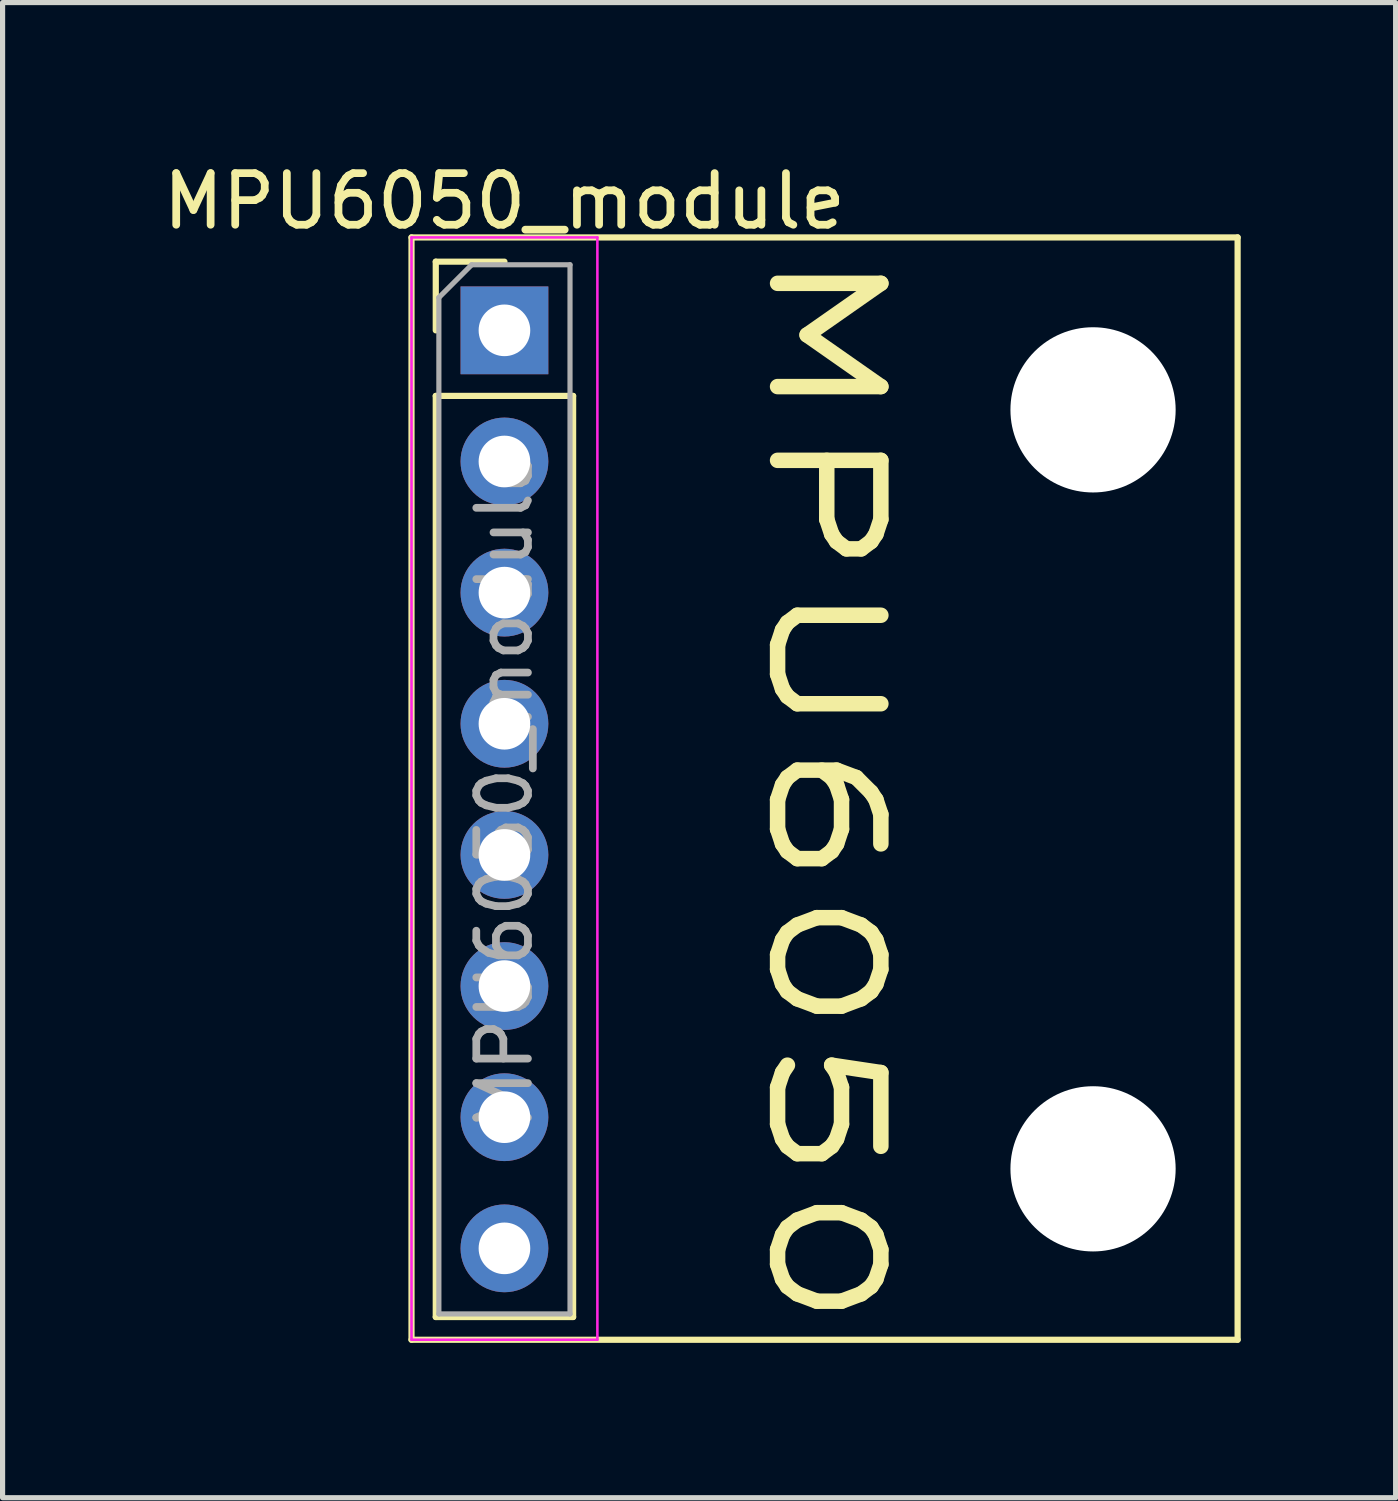
<source format=kicad_pcb>
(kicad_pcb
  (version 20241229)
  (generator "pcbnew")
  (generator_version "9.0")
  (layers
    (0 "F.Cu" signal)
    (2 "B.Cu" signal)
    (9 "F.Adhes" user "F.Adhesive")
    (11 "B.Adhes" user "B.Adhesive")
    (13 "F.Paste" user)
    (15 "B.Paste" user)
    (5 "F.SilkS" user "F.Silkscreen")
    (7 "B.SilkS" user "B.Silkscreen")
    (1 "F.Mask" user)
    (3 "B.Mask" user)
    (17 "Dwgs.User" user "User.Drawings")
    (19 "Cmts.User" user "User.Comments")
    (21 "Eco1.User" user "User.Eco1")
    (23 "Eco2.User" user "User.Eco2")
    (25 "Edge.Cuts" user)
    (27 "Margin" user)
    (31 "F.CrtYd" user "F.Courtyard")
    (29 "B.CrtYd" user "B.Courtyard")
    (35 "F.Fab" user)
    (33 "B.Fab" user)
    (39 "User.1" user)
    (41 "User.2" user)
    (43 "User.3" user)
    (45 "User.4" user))
  (footprint "MPU6050_module"
    (layer "F.Cu")
    (at 6.72 3.348)
    (property "Reference" "MPU6050_module" (at 0 -2.5 0) (layer "F.SilkS") (effects (font (size 1 1) (thickness 0.15))))
    (attr through_hole)
    (fp_line (start -1.8 -1.8) (end 14.2 -1.8) (stroke (width 0.12) (type solid)) (layer "F.SilkS"))
    (fp_line (start -1.8 19.55) (end -1.8 -1.8) (stroke (width 0.12) (type solid)) (layer "F.SilkS"))
    (fp_line (start -1.33 -1.33) (end 0 -1.33) (stroke (width 0.12) (type solid)) (layer "F.SilkS"))
    (fp_line (start -1.33 0) (end -1.33 -1.33) (stroke (width 0.12) (type solid)) (layer "F.SilkS"))
    (fp_line (start -1.33 1.27) (end -1.33 19.11) (stroke (width 0.12) (type solid)) (layer "F.SilkS"))
    (fp_line (start -1.33 1.27) (end 1.33 1.27) (stroke (width 0.12) (type solid)) (layer "F.SilkS"))
    (fp_line (start -1.33 19.11) (end 1.33 19.11) (stroke (width 0.12) (type solid)) (layer "F.SilkS"))
    (fp_line (start 1.33 1.27) (end 1.33 19.11) (stroke (width 0.12) (type solid)) (layer "F.SilkS"))
    (fp_line (start 14.2 -1.8) (end 14.2 19.55) (stroke (width 0.12) (type solid)) (layer "F.SilkS"))
    (fp_line (start 14.2 19.55) (end -1.8 19.55) (stroke (width 0.12) (type solid)) (layer "F.SilkS"))
    (fp_line (start -1.8 -1.8) (end -1.8 19.55) (stroke (width 0.05) (type solid)) (layer "F.CrtYd"))
    (fp_line (start -1.8 19.55) (end 1.8 19.55) (stroke (width 0.05) (type solid)) (layer "F.CrtYd"))
    (fp_line (start 1.8 -1.8) (end -1.8 -1.8) (stroke (width 0.05) (type solid)) (layer "F.CrtYd"))
    (fp_line (start 1.8 19.55) (end 1.8 -1.8) (stroke (width 0.05) (type solid)) (layer "F.CrtYd"))
    (fp_line (start -1.27 -0.635) (end -0.635 -1.27) (stroke (width 0.1) (type solid)) (layer "F.Fab"))
    (fp_line (start -1.27 19.05) (end -1.27 -0.635) (stroke (width 0.1) (type solid)) (layer "F.Fab"))
    (fp_line (start -0.635 -1.27) (end 1.27 -1.27) (stroke (width 0.1) (type solid)) (layer "F.Fab"))
    (fp_line (start 1.27 -1.27) (end 1.27 19.05) (stroke (width 0.1) (type solid)) (layer "F.Fab"))
    (fp_line (start 1.27 19.05) (end -1.27 19.05) (stroke (width 0.1) (type solid)) (layer "F.Fab"))
    (fp_text user "MPU6050" (at 6.2 8.875 270) (unlocked yes) (layer "F.SilkS") (effects (font (size 2 3) (thickness 0.3))))
    (fp_text user "${REFERENCE}" (at 0 8.89 90) (layer "F.Fab") (effects (font (size 1 1) (thickness 0.15))))
    (pad "" np_thru_hole circle (at 11.4 1.54) (size 3.2 3.2) (drill 3.2) (layers "*.Cu" "*.Mask"))
    (pad "" np_thru_hole circle (at 11.4 16.24) (size 3.2 3.2) (drill 3.2) (layers "*.Cu" "*.Mask"))
    (pad "1" thru_hole rect (at 0 0) (size 1.7 1.7) (drill 1) (layers "*.Cu" "*.Mask"))
    (pad "2" thru_hole oval (at 0 2.54) (size 1.7 1.7) (drill 1) (layers "*.Cu" "*.Mask"))
    (pad "3" thru_hole oval (at 0 5.08) (size 1.7 1.7) (drill 1) (layers "*.Cu" "*.Mask"))
    (pad "4" thru_hole oval (at 0 7.62) (size 1.7 1.7) (drill 1) (layers "*.Cu" "*.Mask"))
    (pad "5" thru_hole oval (at 0 10.16) (size 1.7 1.7) (drill 1) (layers "*.Cu" "*.Mask"))
    (pad "6" thru_hole oval (at 0 12.7) (size 1.7 1.7) (drill 1) (layers "*.Cu" "*.Mask"))
    (pad "7" thru_hole oval (at 0 15.24) (size 1.7 1.7) (drill 1) (layers "*.Cu" "*.Mask"))
    (pad "8" thru_hole oval (at 0 17.78) (size 1.7 1.7) (drill 1) (layers "*.Cu" "*.Mask")))
  (gr_rect
    (start -3 -3)
    (end 23.98 25.958)
    (stroke (width 0.1) (type default))
    (fill no)
    (layer "Edge.Cuts")))
</source>
